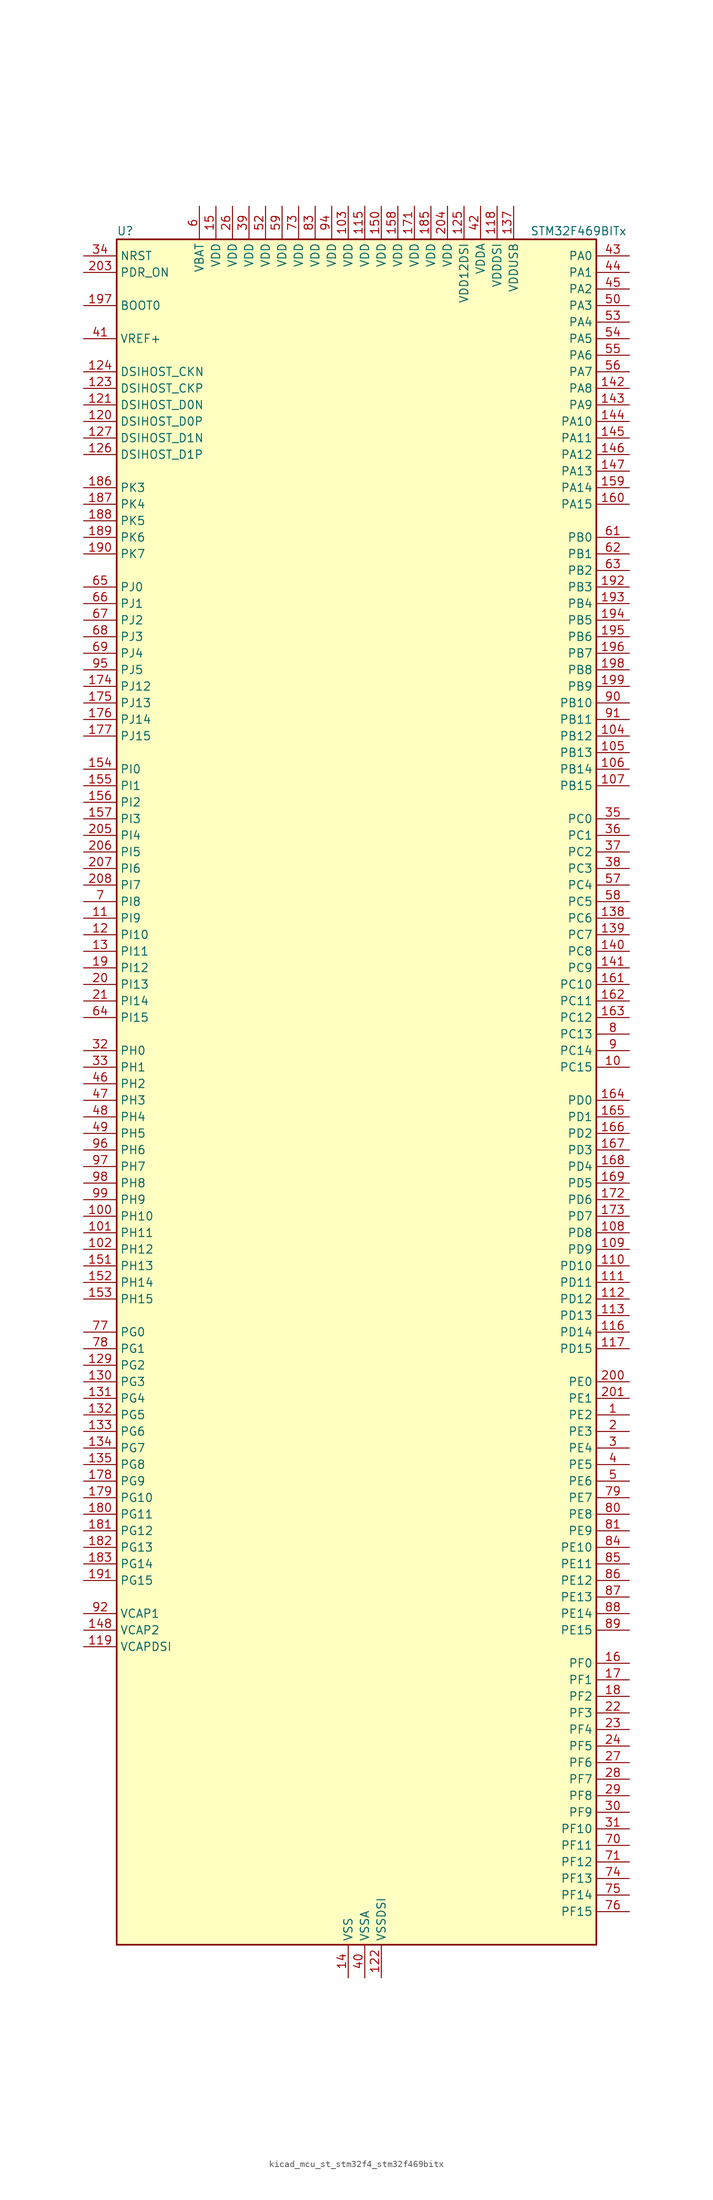
<source format=kicad_sym>
(kicad_symbol_lib
  (version 20220914)
  (generator kicad_symbol_editor)
  (symbol "kicad_mcu_st_stm32f4_stm32f469bitx"
    (property "Reference" "U"
      (at -35.56 133.35 0)
      (effects (font (size 1.27 1.27)) (justify left)))
    (property "Value" "STM32F469BITx"
      (at 27.94 133.35 0)
      (effects (font (size 1.27 1.27)) (justify left)))
    (property "ki_locked" ""
      (at 0 0 0)
      (effects (font (size 1.27 1.27))))
    (symbol "kicad_mcu_st_stm32f4_stm32f469bitx_0_1"
      (rectangle (start -35.56 -129.54) (end 38.1 132.08) (stroke (width 0.254) (type default)) (fill (type background))))
    (symbol "kicad_mcu_st_stm32f4_stm32f469bitx_1_1"
      (pin bidirectional line (at 43.18 -48.26 180) (length 5.08) (name "PE2" (effects (font (size 1.27 1.27)))) (number "1" (effects (font (size 1.27 1.27)))) (alternate "ETH_TXD3" bidirectional line) (alternate "FMC_A23" bidirectional line) (alternate "QUADSPI_BK1_IO2" bidirectional line) (alternate "SAI1_MCLK_A" bidirectional line) (alternate "SPI4_SCK" bidirectional line) (alternate "SYS_TRACECLK" bidirectional line))
      (pin bidirectional line (at 43.18 5.08 180) (length 5.08) (name "PC15" (effects (font (size 1.27 1.27)))) (number "10" (effects (font (size 1.27 1.27)))) (alternate "ADC1_EXTI15" bidirectional line) (alternate "ADC2_EXTI15" bidirectional line) (alternate "ADC3_EXTI15" bidirectional line) (alternate "RCC_OSC32_OUT" bidirectional line))
      (pin bidirectional line (at -40.64 -17.78 0) (length 5.08) (name "PH10" (effects (font (size 1.27 1.27)))) (number "100" (effects (font (size 1.27 1.27)))) (alternate "DCMI_D1" bidirectional line) (alternate "FMC_D18" bidirectional line) (alternate "LTDC_R4" bidirectional line) (alternate "TIM5_CH1" bidirectional line))
      (pin bidirectional line (at -40.64 -20.32 0) (length 5.08) (name "PH11" (effects (font (size 1.27 1.27)))) (number "101" (effects (font (size 1.27 1.27)))) (alternate "ADC1_EXTI11" bidirectional line) (alternate "ADC2_EXTI11" bidirectional line) (alternate "ADC3_EXTI11" bidirectional line) (alternate "DCMI_D2" bidirectional line) (alternate "FMC_D19" bidirectional line) (alternate "LTDC_R5" bidirectional line) (alternate "TIM5_CH2" bidirectional line))
      (pin bidirectional line (at -40.64 -22.86 0) (length 5.08) (name "PH12" (effects (font (size 1.27 1.27)))) (number "102" (effects (font (size 1.27 1.27)))) (alternate "DCMI_D3" bidirectional line) (alternate "FMC_D20" bidirectional line) (alternate "LTDC_R6" bidirectional line) (alternate "TIM5_CH3" bidirectional line))
      (pin power_in line (at 0 137.16 270) (length 5.08) (name "VDD" (effects (font (size 1.27 1.27)))) (number "103" (effects (font (size 1.27 1.27)))))
      (pin bidirectional line (at 43.18 55.88 180) (length 5.08) (name "PB12" (effects (font (size 1.27 1.27)))) (number "104" (effects (font (size 1.27 1.27)))) (alternate "CAN2_RX" bidirectional line) (alternate "ETH_TXD0" bidirectional line) (alternate "I2C2_SMBA" bidirectional line) (alternate "I2S2_WS" bidirectional line) (alternate "SPI2_NSS" bidirectional line) (alternate "TIM1_BKIN" bidirectional line) (alternate "USART3_CK" bidirectional line) (alternate "USB_OTG_HS_ID" bidirectional line) (alternate "USB_OTG_HS_ULPI_D5" bidirectional line))
      (pin bidirectional line (at 43.18 53.34 180) (length 5.08) (name "PB13" (effects (font (size 1.27 1.27)))) (number "105" (effects (font (size 1.27 1.27)))) (alternate "CAN2_TX" bidirectional line) (alternate "ETH_TXD1" bidirectional line) (alternate "I2S2_CK" bidirectional line) (alternate "SPI2_SCK" bidirectional line) (alternate "TIM1_CH1N" bidirectional line) (alternate "USART3_CTS" bidirectional line) (alternate "USB_OTG_HS_ULPI_D6" bidirectional line) (alternate "USB_OTG_HS_VBUS" bidirectional line))
      (pin bidirectional line (at 43.18 50.8 180) (length 5.08) (name "PB14" (effects (font (size 1.27 1.27)))) (number "106" (effects (font (size 1.27 1.27)))) (alternate "I2S2_ext_SD" bidirectional line) (alternate "SPI2_MISO" bidirectional line) (alternate "TIM12_CH1" bidirectional line) (alternate "TIM1_CH2N" bidirectional line) (alternate "TIM8_CH2N" bidirectional line) (alternate "USART3_RTS" bidirectional line) (alternate "USB_OTG_HS_DM" bidirectional line))
      (pin bidirectional line (at 43.18 48.26 180) (length 5.08) (name "PB15" (effects (font (size 1.27 1.27)))) (number "107" (effects (font (size 1.27 1.27)))) (alternate "ADC1_EXTI15" bidirectional line) (alternate "ADC2_EXTI15" bidirectional line) (alternate "ADC3_EXTI15" bidirectional line) (alternate "I2S2_SD" bidirectional line) (alternate "RTC_REFIN" bidirectional line) (alternate "SPI2_MOSI" bidirectional line) (alternate "TIM12_CH2" bidirectional line) (alternate "TIM1_CH3N" bidirectional line) (alternate "TIM8_CH3N" bidirectional line) (alternate "USB_OTG_HS_DP" bidirectional line))
      (pin bidirectional line (at 43.18 -20.32 180) (length 5.08) (name "PD8" (effects (font (size 1.27 1.27)))) (number "108" (effects (font (size 1.27 1.27)))) (alternate "FMC_D13" bidirectional line) (alternate "FMC_DA13" bidirectional line) (alternate "USART3_TX" bidirectional line))
      (pin bidirectional line (at 43.18 -22.86 180) (length 5.08) (name "PD9" (effects (font (size 1.27 1.27)))) (number "109" (effects (font (size 1.27 1.27)))) (alternate "DAC_EXTI9" bidirectional line) (alternate "FMC_D14" bidirectional line) (alternate "FMC_DA14" bidirectional line) (alternate "USART3_RX" bidirectional line))
      (pin bidirectional line (at -40.64 27.94 0) (length 5.08) (name "PI9" (effects (font (size 1.27 1.27)))) (number "11" (effects (font (size 1.27 1.27)))) (alternate "CAN1_RX" bidirectional line) (alternate "DAC_EXTI9" bidirectional line) (alternate "FMC_D30" bidirectional line) (alternate "LTDC_VSYNC" bidirectional line))
      (pin bidirectional line (at 43.18 -25.4 180) (length 5.08) (name "PD10" (effects (font (size 1.27 1.27)))) (number "110" (effects (font (size 1.27 1.27)))) (alternate "FMC_D15" bidirectional line) (alternate "FMC_DA15" bidirectional line) (alternate "LTDC_B3" bidirectional line) (alternate "USART3_CK" bidirectional line))
      (pin bidirectional line (at 43.18 -27.94 180) (length 5.08) (name "PD11" (effects (font (size 1.27 1.27)))) (number "111" (effects (font (size 1.27 1.27)))) (alternate "ADC1_EXTI11" bidirectional line) (alternate "ADC2_EXTI11" bidirectional line) (alternate "ADC3_EXTI11" bidirectional line) (alternate "FMC_A16" bidirectional line) (alternate "FMC_CLE" bidirectional line) (alternate "QUADSPI_BK1_IO0" bidirectional line) (alternate "USART3_CTS" bidirectional line))
      (pin bidirectional line (at 43.18 -30.48 180) (length 5.08) (name "PD12" (effects (font (size 1.27 1.27)))) (number "112" (effects (font (size 1.27 1.27)))) (alternate "FMC_A17" bidirectional line) (alternate "FMC_ALE" bidirectional line) (alternate "QUADSPI_BK1_IO1" bidirectional line) (alternate "TIM4_CH1" bidirectional line) (alternate "USART3_RTS" bidirectional line))
      (pin bidirectional line (at 43.18 -33.02 180) (length 5.08) (name "PD13" (effects (font (size 1.27 1.27)))) (number "113" (effects (font (size 1.27 1.27)))) (alternate "FMC_A18" bidirectional line) (alternate "QUADSPI_BK1_IO3" bidirectional line) (alternate "TIM4_CH2" bidirectional line))
      (pin passive line (at 0 -134.62 90) (length 5.08) hide (name "VSS" (effects (font (size 1.27 1.27)))) (number "114" (effects (font (size 1.27 1.27)))))
      (pin power_in line (at 2.54 137.16 270) (length 5.08) (name "VDD" (effects (font (size 1.27 1.27)))) (number "115" (effects (font (size 1.27 1.27)))))
      (pin bidirectional line (at 43.18 -35.56 180) (length 5.08) (name "PD14" (effects (font (size 1.27 1.27)))) (number "116" (effects (font (size 1.27 1.27)))) (alternate "FMC_D0" bidirectional line) (alternate "FMC_DA0" bidirectional line) (alternate "TIM4_CH3" bidirectional line))
      (pin bidirectional line (at 43.18 -38.1 180) (length 5.08) (name "PD15" (effects (font (size 1.27 1.27)))) (number "117" (effects (font (size 1.27 1.27)))) (alternate "ADC1_EXTI15" bidirectional line) (alternate "ADC2_EXTI15" bidirectional line) (alternate "ADC3_EXTI15" bidirectional line) (alternate "FMC_D1" bidirectional line) (alternate "FMC_DA1" bidirectional line) (alternate "TIM4_CH4" bidirectional line))
      (pin power_in line (at 22.86 137.16 270) (length 5.08) (name "VDDDSI" (effects (font (size 1.27 1.27)))) (number "118" (effects (font (size 1.27 1.27)))))
      (pin power_out line (at -40.64 -83.82 0) (length 5.08) (name "VCAPDSI" (effects (font (size 1.27 1.27)))) (number "119" (effects (font (size 1.27 1.27)))))
      (pin bidirectional line (at -40.64 25.4 0) (length 5.08) (name "PI10" (effects (font (size 1.27 1.27)))) (number "12" (effects (font (size 1.27 1.27)))) (alternate "ETH_RX_ER" bidirectional line) (alternate "FMC_D31" bidirectional line) (alternate "LTDC_HSYNC" bidirectional line))
      (pin bidirectional line (at -40.64 104.14 0) (length 5.08) (name "DSIHOST_D0P" (effects (font (size 1.27 1.27)))) (number "120" (effects (font (size 1.27 1.27)))) (alternate "DSIHOST_D0P" bidirectional line))
      (pin bidirectional line (at -40.64 106.68 0) (length 5.08) (name "DSIHOST_D0N" (effects (font (size 1.27 1.27)))) (number "121" (effects (font (size 1.27 1.27)))) (alternate "DSIHOST_D0N" bidirectional line))
      (pin power_in line (at 5.08 -134.62 90) (length 5.08) (name "VSSDSI" (effects (font (size 1.27 1.27)))) (number "122" (effects (font (size 1.27 1.27)))))
      (pin bidirectional line (at -40.64 109.22 0) (length 5.08) (name "DSIHOST_CKP" (effects (font (size 1.27 1.27)))) (number "123" (effects (font (size 1.27 1.27)))) (alternate "DSIHOST_CKP" bidirectional line))
      (pin bidirectional line (at -40.64 111.76 0) (length 5.08) (name "DSIHOST_CKN" (effects (font (size 1.27 1.27)))) (number "124" (effects (font (size 1.27 1.27)))) (alternate "DSIHOST_CKN" bidirectional line))
      (pin power_in line (at 17.78 137.16 270) (length 5.08) (name "VDD12DSI" (effects (font (size 1.27 1.27)))) (number "125" (effects (font (size 1.27 1.27)))))
      (pin bidirectional line (at -40.64 99.06 0) (length 5.08) (name "DSIHOST_D1P" (effects (font (size 1.27 1.27)))) (number "126" (effects (font (size 1.27 1.27)))) (alternate "DSIHOST_D1P" bidirectional line))
      (pin bidirectional line (at -40.64 101.6 0) (length 5.08) (name "DSIHOST_D1N" (effects (font (size 1.27 1.27)))) (number "127" (effects (font (size 1.27 1.27)))) (alternate "DSIHOST_D1N" bidirectional line))
      (pin passive line (at 5.08 -134.62 90) (length 5.08) hide (name "VSSDSI" (effects (font (size 1.27 1.27)))) (number "128" (effects (font (size 1.27 1.27)))))
      (pin bidirectional line (at -40.64 -40.64 0) (length 5.08) (name "PG2" (effects (font (size 1.27 1.27)))) (number "129" (effects (font (size 1.27 1.27)))) (alternate "FMC_A12" bidirectional line))
      (pin bidirectional line (at -40.64 22.86 0) (length 5.08) (name "PI11" (effects (font (size 1.27 1.27)))) (number "13" (effects (font (size 1.27 1.27)))) (alternate "ADC1_EXTI11" bidirectional line) (alternate "ADC2_EXTI11" bidirectional line) (alternate "ADC3_EXTI11" bidirectional line) (alternate "LTDC_G6" bidirectional line) (alternate "USB_OTG_HS_ULPI_DIR" bidirectional line))
      (pin bidirectional line (at -40.64 -43.18 0) (length 5.08) (name "PG3" (effects (font (size 1.27 1.27)))) (number "130" (effects (font (size 1.27 1.27)))) (alternate "FMC_A13" bidirectional line))
      (pin bidirectional line (at -40.64 -45.72 0) (length 5.08) (name "PG4" (effects (font (size 1.27 1.27)))) (number "131" (effects (font (size 1.27 1.27)))) (alternate "FMC_A14" bidirectional line) (alternate "FMC_BA0" bidirectional line))
      (pin bidirectional line (at -40.64 -48.26 0) (length 5.08) (name "PG5" (effects (font (size 1.27 1.27)))) (number "132" (effects (font (size 1.27 1.27)))) (alternate "FMC_A15" bidirectional line) (alternate "FMC_BA1" bidirectional line))
      (pin bidirectional line (at -40.64 -50.8 0) (length 5.08) (name "PG6" (effects (font (size 1.27 1.27)))) (number "133" (effects (font (size 1.27 1.27)))) (alternate "DCMI_D12" bidirectional line) (alternate "LTDC_R7" bidirectional line))
      (pin bidirectional line (at -40.64 -53.34 0) (length 5.08) (name "PG7" (effects (font (size 1.27 1.27)))) (number "134" (effects (font (size 1.27 1.27)))) (alternate "DCMI_D13" bidirectional line) (alternate "FMC_INT" bidirectional line) (alternate "LTDC_CLK" bidirectional line) (alternate "SAI1_MCLK_A" bidirectional line) (alternate "USART6_CK" bidirectional line))
      (pin bidirectional line (at -40.64 -55.88 0) (length 5.08) (name "PG8" (effects (font (size 1.27 1.27)))) (number "135" (effects (font (size 1.27 1.27)))) (alternate "ETH_PPS_OUT" bidirectional line) (alternate "FMC_SDCLK" bidirectional line) (alternate "LTDC_G7" bidirectional line) (alternate "SPI6_NSS" bidirectional line) (alternate "USART6_RTS" bidirectional line))
      (pin passive line (at 0 -134.62 90) (length 5.08) hide (name "VSS" (effects (font (size 1.27 1.27)))) (number "136" (effects (font (size 1.27 1.27)))))
      (pin power_in line (at 25.4 137.16 270) (length 5.08) (name "VDDUSB" (effects (font (size 1.27 1.27)))) (number "137" (effects (font (size 1.27 1.27)))))
      (pin bidirectional line (at 43.18 27.94 180) (length 5.08) (name "PC6" (effects (font (size 1.27 1.27)))) (number "138" (effects (font (size 1.27 1.27)))) (alternate "DCMI_D0" bidirectional line) (alternate "I2S2_MCK" bidirectional line) (alternate "LTDC_HSYNC" bidirectional line) (alternate "SDIO_D6" bidirectional line) (alternate "TIM3_CH1" bidirectional line) (alternate "TIM8_CH1" bidirectional line) (alternate "USART6_TX" bidirectional line))
      (pin bidirectional line (at 43.18 25.4 180) (length 5.08) (name "PC7" (effects (font (size 1.27 1.27)))) (number "139" (effects (font (size 1.27 1.27)))) (alternate "DCMI_D1" bidirectional line) (alternate "I2S3_MCK" bidirectional line) (alternate "LTDC_G6" bidirectional line) (alternate "SDIO_D7" bidirectional line) (alternate "TIM3_CH2" bidirectional line) (alternate "TIM8_CH2" bidirectional line) (alternate "USART6_RX" bidirectional line))
      (pin power_in line (at 0 -134.62 90) (length 5.08) (name "VSS" (effects (font (size 1.27 1.27)))) (number "14" (effects (font (size 1.27 1.27)))))
      (pin bidirectional line (at 43.18 22.86 180) (length 5.08) (name "PC8" (effects (font (size 1.27 1.27)))) (number "140" (effects (font (size 1.27 1.27)))) (alternate "DCMI_D2" bidirectional line) (alternate "SDIO_D0" bidirectional line) (alternate "SYS_TRACED1" bidirectional line) (alternate "TIM3_CH3" bidirectional line) (alternate "TIM8_CH3" bidirectional line) (alternate "USART6_CK" bidirectional line))
      (pin bidirectional line (at 43.18 20.32 180) (length 5.08) (name "PC9" (effects (font (size 1.27 1.27)))) (number "141" (effects (font (size 1.27 1.27)))) (alternate "DAC_EXTI9" bidirectional line) (alternate "DCMI_D3" bidirectional line) (alternate "I2C3_SDA" bidirectional line) (alternate "I2S_CKIN" bidirectional line) (alternate "QUADSPI_BK1_IO0" bidirectional line) (alternate "RCC_MCO_2" bidirectional line) (alternate "SDIO_D1" bidirectional line) (alternate "TIM3_CH4" bidirectional line) (alternate "TIM8_CH4" bidirectional line))
      (pin bidirectional line (at 43.18 109.22 180) (length 5.08) (name "PA8" (effects (font (size 1.27 1.27)))) (number "142" (effects (font (size 1.27 1.27)))) (alternate "I2C3_SCL" bidirectional line) (alternate "LTDC_R6" bidirectional line) (alternate "RCC_MCO_1" bidirectional line) (alternate "TIM1_CH1" bidirectional line) (alternate "USART1_CK" bidirectional line) (alternate "USB_OTG_FS_SOF" bidirectional line))
      (pin bidirectional line (at 43.18 106.68 180) (length 5.08) (name "PA9" (effects (font (size 1.27 1.27)))) (number "143" (effects (font (size 1.27 1.27)))) (alternate "DAC_EXTI9" bidirectional line) (alternate "DCMI_D0" bidirectional line) (alternate "I2C3_SMBA" bidirectional line) (alternate "I2S2_CK" bidirectional line) (alternate "SPI2_SCK" bidirectional line) (alternate "TIM1_CH2" bidirectional line) (alternate "USART1_TX" bidirectional line) (alternate "USB_OTG_FS_VBUS" bidirectional line))
      (pin bidirectional line (at 43.18 104.14 180) (length 5.08) (name "PA10" (effects (font (size 1.27 1.27)))) (number "144" (effects (font (size 1.27 1.27)))) (alternate "DCMI_D1" bidirectional line) (alternate "TIM1_CH3" bidirectional line) (alternate "USART1_RX" bidirectional line) (alternate "USB_OTG_FS_ID" bidirectional line))
      (pin bidirectional line (at 43.18 101.6 180) (length 5.08) (name "PA11" (effects (font (size 1.27 1.27)))) (number "145" (effects (font (size 1.27 1.27)))) (alternate "ADC1_EXTI11" bidirectional line) (alternate "ADC2_EXTI11" bidirectional line) (alternate "ADC3_EXTI11" bidirectional line) (alternate "CAN1_RX" bidirectional line) (alternate "LTDC_R4" bidirectional line) (alternate "TIM1_CH4" bidirectional line) (alternate "USART1_CTS" bidirectional line) (alternate "USB_OTG_FS_DM" bidirectional line))
      (pin bidirectional line (at 43.18 99.06 180) (length 5.08) (name "PA12" (effects (font (size 1.27 1.27)))) (number "146" (effects (font (size 1.27 1.27)))) (alternate "CAN1_TX" bidirectional line) (alternate "LTDC_R5" bidirectional line) (alternate "TIM1_ETR" bidirectional line) (alternate "USART1_RTS" bidirectional line) (alternate "USB_OTG_FS_DP" bidirectional line))
      (pin bidirectional line (at 43.18 96.52 180) (length 5.08) (name "PA13" (effects (font (size 1.27 1.27)))) (number "147" (effects (font (size 1.27 1.27)))) (alternate "SYS_JTMS-SWDIO" bidirectional line))
      (pin power_out line (at -40.64 -81.28 0) (length 5.08) (name "VCAP2" (effects (font (size 1.27 1.27)))) (number "148" (effects (font (size 1.27 1.27)))))
      (pin passive line (at 0 -134.62 90) (length 5.08) hide (name "VSS" (effects (font (size 1.27 1.27)))) (number "149" (effects (font (size 1.27 1.27)))))
      (pin power_in line (at -20.32 137.16 270) (length 5.08) (name "VDD" (effects (font (size 1.27 1.27)))) (number "15" (effects (font (size 1.27 1.27)))))
      (pin power_in line (at 5.08 137.16 270) (length 5.08) (name "VDD" (effects (font (size 1.27 1.27)))) (number "150" (effects (font (size 1.27 1.27)))))
      (pin bidirectional line (at -40.64 -25.4 0) (length 5.08) (name "PH13" (effects (font (size 1.27 1.27)))) (number "151" (effects (font (size 1.27 1.27)))) (alternate "CAN1_TX" bidirectional line) (alternate "FMC_D21" bidirectional line) (alternate "LTDC_G2" bidirectional line) (alternate "TIM8_CH1N" bidirectional line))
      (pin bidirectional line (at -40.64 -27.94 0) (length 5.08) (name "PH14" (effects (font (size 1.27 1.27)))) (number "152" (effects (font (size 1.27 1.27)))) (alternate "DCMI_D4" bidirectional line) (alternate "FMC_D22" bidirectional line) (alternate "LTDC_G3" bidirectional line) (alternate "TIM8_CH2N" bidirectional line))
      (pin bidirectional line (at -40.64 -30.48 0) (length 5.08) (name "PH15" (effects (font (size 1.27 1.27)))) (number "153" (effects (font (size 1.27 1.27)))) (alternate "ADC1_EXTI15" bidirectional line) (alternate "ADC2_EXTI15" bidirectional line) (alternate "ADC3_EXTI15" bidirectional line) (alternate "DCMI_D11" bidirectional line) (alternate "FMC_D23" bidirectional line) (alternate "LTDC_G4" bidirectional line) (alternate "TIM8_CH3N" bidirectional line))
      (pin bidirectional line (at -40.64 50.8 0) (length 5.08) (name "PI0" (effects (font (size 1.27 1.27)))) (number "154" (effects (font (size 1.27 1.27)))) (alternate "DCMI_D13" bidirectional line) (alternate "FMC_D24" bidirectional line) (alternate "I2S2_WS" bidirectional line) (alternate "LTDC_G5" bidirectional line) (alternate "SPI2_NSS" bidirectional line) (alternate "TIM5_CH4" bidirectional line))
      (pin bidirectional line (at -40.64 48.26 0) (length 5.08) (name "PI1" (effects (font (size 1.27 1.27)))) (number "155" (effects (font (size 1.27 1.27)))) (alternate "DCMI_D8" bidirectional line) (alternate "FMC_D25" bidirectional line) (alternate "I2S2_CK" bidirectional line) (alternate "LTDC_G6" bidirectional line) (alternate "SPI2_SCK" bidirectional line))
      (pin bidirectional line (at -40.64 45.72 0) (length 5.08) (name "PI2" (effects (font (size 1.27 1.27)))) (number "156" (effects (font (size 1.27 1.27)))) (alternate "DCMI_D9" bidirectional line) (alternate "FMC_D26" bidirectional line) (alternate "I2S2_ext_SD" bidirectional line) (alternate "LTDC_G7" bidirectional line) (alternate "SPI2_MISO" bidirectional line) (alternate "TIM8_CH4" bidirectional line))
      (pin bidirectional line (at -40.64 43.18 0) (length 5.08) (name "PI3" (effects (font (size 1.27 1.27)))) (number "157" (effects (font (size 1.27 1.27)))) (alternate "DCMI_D10" bidirectional line) (alternate "FMC_D27" bidirectional line) (alternate "I2S2_SD" bidirectional line) (alternate "SPI2_MOSI" bidirectional line) (alternate "TIM8_ETR" bidirectional line))
      (pin power_in line (at 7.62 137.16 270) (length 5.08) (name "VDD" (effects (font (size 1.27 1.27)))) (number "158" (effects (font (size 1.27 1.27)))))
      (pin bidirectional line (at 43.18 93.98 180) (length 5.08) (name "PA14" (effects (font (size 1.27 1.27)))) (number "159" (effects (font (size 1.27 1.27)))) (alternate "SYS_JTCK-SWCLK" bidirectional line))
      (pin bidirectional line (at 43.18 -86.36 180) (length 5.08) (name "PF0" (effects (font (size 1.27 1.27)))) (number "16" (effects (font (size 1.27 1.27)))) (alternate "FMC_A0" bidirectional line) (alternate "I2C2_SDA" bidirectional line))
      (pin bidirectional line (at 43.18 91.44 180) (length 5.08) (name "PA15" (effects (font (size 1.27 1.27)))) (number "160" (effects (font (size 1.27 1.27)))) (alternate "ADC1_EXTI15" bidirectional line) (alternate "ADC2_EXTI15" bidirectional line) (alternate "ADC3_EXTI15" bidirectional line) (alternate "I2S3_WS" bidirectional line) (alternate "SPI1_NSS" bidirectional line) (alternate "SPI3_NSS" bidirectional line) (alternate "SYS_JTDI" bidirectional line) (alternate "TIM2_CH1" bidirectional line) (alternate "TIM2_ETR" bidirectional line))
      (pin bidirectional line (at 43.18 17.78 180) (length 5.08) (name "PC10" (effects (font (size 1.27 1.27)))) (number "161" (effects (font (size 1.27 1.27)))) (alternate "DCMI_D8" bidirectional line) (alternate "I2S3_CK" bidirectional line) (alternate "LTDC_R2" bidirectional line) (alternate "QUADSPI_BK1_IO1" bidirectional line) (alternate "SDIO_D2" bidirectional line) (alternate "SPI3_SCK" bidirectional line) (alternate "UART4_TX" bidirectional line) (alternate "USART3_TX" bidirectional line))
      (pin bidirectional line (at 43.18 15.24 180) (length 5.08) (name "PC11" (effects (font (size 1.27 1.27)))) (number "162" (effects (font (size 1.27 1.27)))) (alternate "ADC1_EXTI11" bidirectional line) (alternate "ADC2_EXTI11" bidirectional line) (alternate "ADC3_EXTI11" bidirectional line) (alternate "DCMI_D4" bidirectional line) (alternate "I2S3_ext_SD" bidirectional line) (alternate "QUADSPI_BK2_NCS" bidirectional line) (alternate "SDIO_D3" bidirectional line) (alternate "SPI3_MISO" bidirectional line) (alternate "UART4_RX" bidirectional line) (alternate "USART3_RX" bidirectional line))
      (pin bidirectional line (at 43.18 12.7 180) (length 5.08) (name "PC12" (effects (font (size 1.27 1.27)))) (number "163" (effects (font (size 1.27 1.27)))) (alternate "DCMI_D9" bidirectional line) (alternate "I2S3_SD" bidirectional line) (alternate "SDIO_CK" bidirectional line) (alternate "SPI3_MOSI" bidirectional line) (alternate "SYS_TRACED3" bidirectional line) (alternate "UART5_TX" bidirectional line) (alternate "USART3_CK" bidirectional line))
      (pin bidirectional line (at 43.18 0 180) (length 5.08) (name "PD0" (effects (font (size 1.27 1.27)))) (number "164" (effects (font (size 1.27 1.27)))) (alternate "CAN1_RX" bidirectional line) (alternate "FMC_D2" bidirectional line) (alternate "FMC_DA2" bidirectional line))
      (pin bidirectional line (at 43.18 -2.54 180) (length 5.08) (name "PD1" (effects (font (size 1.27 1.27)))) (number "165" (effects (font (size 1.27 1.27)))) (alternate "CAN1_TX" bidirectional line) (alternate "FMC_D3" bidirectional line) (alternate "FMC_DA3" bidirectional line))
      (pin bidirectional line (at 43.18 -5.08 180) (length 5.08) (name "PD2" (effects (font (size 1.27 1.27)))) (number "166" (effects (font (size 1.27 1.27)))) (alternate "DCMI_D11" bidirectional line) (alternate "SDIO_CMD" bidirectional line) (alternate "SYS_TRACED2" bidirectional line) (alternate "TIM3_ETR" bidirectional line) (alternate "UART5_RX" bidirectional line))
      (pin bidirectional line (at 43.18 -7.62 180) (length 5.08) (name "PD3" (effects (font (size 1.27 1.27)))) (number "167" (effects (font (size 1.27 1.27)))) (alternate "DCMI_D5" bidirectional line) (alternate "FMC_CLK" bidirectional line) (alternate "I2S2_CK" bidirectional line) (alternate "LTDC_G7" bidirectional line) (alternate "SPI2_SCK" bidirectional line) (alternate "USART2_CTS" bidirectional line))
      (pin bidirectional line (at 43.18 -10.16 180) (length 5.08) (name "PD4" (effects (font (size 1.27 1.27)))) (number "168" (effects (font (size 1.27 1.27)))) (alternate "FMC_NOE" bidirectional line) (alternate "USART2_RTS" bidirectional line))
      (pin bidirectional line (at 43.18 -12.7 180) (length 5.08) (name "PD5" (effects (font (size 1.27 1.27)))) (number "169" (effects (font (size 1.27 1.27)))) (alternate "FMC_NWE" bidirectional line) (alternate "USART2_TX" bidirectional line))
      (pin bidirectional line (at 43.18 -88.9 180) (length 5.08) (name "PF1" (effects (font (size 1.27 1.27)))) (number "17" (effects (font (size 1.27 1.27)))) (alternate "FMC_A1" bidirectional line) (alternate "I2C2_SCL" bidirectional line))
      (pin passive line (at 0 -134.62 90) (length 5.08) hide (name "VSS" (effects (font (size 1.27 1.27)))) (number "170" (effects (font (size 1.27 1.27)))))
      (pin power_in line (at 10.16 137.16 270) (length 5.08) (name "VDD" (effects (font (size 1.27 1.27)))) (number "171" (effects (font (size 1.27 1.27)))))
      (pin bidirectional line (at 43.18 -15.24 180) (length 5.08) (name "PD6" (effects (font (size 1.27 1.27)))) (number "172" (effects (font (size 1.27 1.27)))) (alternate "DCMI_D10" bidirectional line) (alternate "FMC_NWAIT" bidirectional line) (alternate "I2S3_SD" bidirectional line) (alternate "LTDC_B2" bidirectional line) (alternate "SAI1_SD_A" bidirectional line) (alternate "SPI3_MOSI" bidirectional line) (alternate "USART2_RX" bidirectional line))
      (pin bidirectional line (at 43.18 -17.78 180) (length 5.08) (name "PD7" (effects (font (size 1.27 1.27)))) (number "173" (effects (font (size 1.27 1.27)))) (alternate "FMC_NE1" bidirectional line) (alternate "USART2_CK" bidirectional line))
      (pin bidirectional line (at -40.64 63.5 0) (length 5.08) (name "PJ12" (effects (font (size 1.27 1.27)))) (number "174" (effects (font (size 1.27 1.27)))) (alternate "LTDC_B0" bidirectional line) (alternate "LTDC_G3" bidirectional line))
      (pin bidirectional line (at -40.64 60.96 0) (length 5.08) (name "PJ13" (effects (font (size 1.27 1.27)))) (number "175" (effects (font (size 1.27 1.27)))) (alternate "LTDC_B1" bidirectional line) (alternate "LTDC_G4" bidirectional line))
      (pin bidirectional line (at -40.64 58.42 0) (length 5.08) (name "PJ14" (effects (font (size 1.27 1.27)))) (number "176" (effects (font (size 1.27 1.27)))) (alternate "LTDC_B2" bidirectional line))
      (pin bidirectional line (at -40.64 55.88 0) (length 5.08) (name "PJ15" (effects (font (size 1.27 1.27)))) (number "177" (effects (font (size 1.27 1.27)))) (alternate "ADC1_EXTI15" bidirectional line) (alternate "ADC2_EXTI15" bidirectional line) (alternate "ADC3_EXTI15" bidirectional line) (alternate "LTDC_B3" bidirectional line))
      (pin bidirectional line (at -40.64 -58.42 0) (length 5.08) (name "PG9" (effects (font (size 1.27 1.27)))) (number "178" (effects (font (size 1.27 1.27)))) (alternate "DAC_EXTI9" bidirectional line) (alternate "DCMI_VSYNC" bidirectional line) (alternate "FMC_NCE" bidirectional line) (alternate "FMC_NE2" bidirectional line) (alternate "QUADSPI_BK2_IO2" bidirectional line) (alternate "USART6_RX" bidirectional line))
      (pin bidirectional line (at -40.64 -60.96 0) (length 5.08) (name "PG10" (effects (font (size 1.27 1.27)))) (number "179" (effects (font (size 1.27 1.27)))) (alternate "DCMI_D2" bidirectional line) (alternate "FMC_NE3" bidirectional line) (alternate "LTDC_B2" bidirectional line) (alternate "LTDC_G3" bidirectional line))
      (pin bidirectional line (at 43.18 -91.44 180) (length 5.08) (name "PF2" (effects (font (size 1.27 1.27)))) (number "18" (effects (font (size 1.27 1.27)))) (alternate "FMC_A2" bidirectional line) (alternate "I2C2_SMBA" bidirectional line))
      (pin bidirectional line (at -40.64 -63.5 0) (length 5.08) (name "PG11" (effects (font (size 1.27 1.27)))) (number "180" (effects (font (size 1.27 1.27)))) (alternate "ADC1_EXTI11" bidirectional line) (alternate "ADC2_EXTI11" bidirectional line) (alternate "ADC3_EXTI11" bidirectional line) (alternate "DCMI_D3" bidirectional line) (alternate "ETH_TX_EN" bidirectional line) (alternate "LTDC_B3" bidirectional line))
      (pin bidirectional line (at -40.64 -66.04 0) (length 5.08) (name "PG12" (effects (font (size 1.27 1.27)))) (number "181" (effects (font (size 1.27 1.27)))) (alternate "FMC_NE4" bidirectional line) (alternate "LTDC_B1" bidirectional line) (alternate "LTDC_B4" bidirectional line) (alternate "SPI6_MISO" bidirectional line) (alternate "USART6_RTS" bidirectional line))
      (pin bidirectional line (at -40.64 -68.58 0) (length 5.08) (name "PG13" (effects (font (size 1.27 1.27)))) (number "182" (effects (font (size 1.27 1.27)))) (alternate "ETH_TXD0" bidirectional line) (alternate "FMC_A24" bidirectional line) (alternate "LTDC_R0" bidirectional line) (alternate "SPI6_SCK" bidirectional line) (alternate "SYS_TRACED0" bidirectional line) (alternate "USART6_CTS" bidirectional line))
      (pin bidirectional line (at -40.64 -71.12 0) (length 5.08) (name "PG14" (effects (font (size 1.27 1.27)))) (number "183" (effects (font (size 1.27 1.27)))) (alternate "ETH_TXD1" bidirectional line) (alternate "FMC_A25" bidirectional line) (alternate "LTDC_B0" bidirectional line) (alternate "QUADSPI_BK2_IO3" bidirectional line) (alternate "SPI6_MOSI" bidirectional line) (alternate "SYS_TRACED1" bidirectional line) (alternate "USART6_TX" bidirectional line))
      (pin passive line (at 0 -134.62 90) (length 5.08) hide (name "VSS" (effects (font (size 1.27 1.27)))) (number "184" (effects (font (size 1.27 1.27)))))
      (pin power_in line (at 12.7 137.16 270) (length 5.08) (name "VDD" (effects (font (size 1.27 1.27)))) (number "185" (effects (font (size 1.27 1.27)))))
      (pin bidirectional line (at -40.64 93.98 0) (length 5.08) (name "PK3" (effects (font (size 1.27 1.27)))) (number "186" (effects (font (size 1.27 1.27)))) (alternate "LTDC_B4" bidirectional line))
      (pin bidirectional line (at -40.64 91.44 0) (length 5.08) (name "PK4" (effects (font (size 1.27 1.27)))) (number "187" (effects (font (size 1.27 1.27)))) (alternate "LTDC_B5" bidirectional line))
      (pin bidirectional line (at -40.64 88.9 0) (length 5.08) (name "PK5" (effects (font (size 1.27 1.27)))) (number "188" (effects (font (size 1.27 1.27)))) (alternate "LTDC_B6" bidirectional line))
      (pin bidirectional line (at -40.64 86.36 0) (length 5.08) (name "PK6" (effects (font (size 1.27 1.27)))) (number "189" (effects (font (size 1.27 1.27)))) (alternate "LTDC_B7" bidirectional line))
      (pin bidirectional line (at -40.64 20.32 0) (length 5.08) (name "PI12" (effects (font (size 1.27 1.27)))) (number "19" (effects (font (size 1.27 1.27)))) (alternate "LTDC_HSYNC" bidirectional line))
      (pin bidirectional line (at -40.64 83.82 0) (length 5.08) (name "PK7" (effects (font (size 1.27 1.27)))) (number "190" (effects (font (size 1.27 1.27)))) (alternate "LTDC_DE" bidirectional line))
      (pin bidirectional line (at -40.64 -73.66 0) (length 5.08) (name "PG15" (effects (font (size 1.27 1.27)))) (number "191" (effects (font (size 1.27 1.27)))) (alternate "ADC1_EXTI15" bidirectional line) (alternate "ADC2_EXTI15" bidirectional line) (alternate "ADC3_EXTI15" bidirectional line) (alternate "DCMI_D13" bidirectional line) (alternate "FMC_SDNCAS" bidirectional line) (alternate "USART6_CTS" bidirectional line))
      (pin bidirectional line (at 43.18 78.74 180) (length 5.08) (name "PB3" (effects (font (size 1.27 1.27)))) (number "192" (effects (font (size 1.27 1.27)))) (alternate "I2S3_CK" bidirectional line) (alternate "SPI1_SCK" bidirectional line) (alternate "SPI3_SCK" bidirectional line) (alternate "SYS_JTDO-SWO" bidirectional line) (alternate "TIM2_CH2" bidirectional line))
      (pin bidirectional line (at 43.18 76.2 180) (length 5.08) (name "PB4" (effects (font (size 1.27 1.27)))) (number "193" (effects (font (size 1.27 1.27)))) (alternate "I2S3_ext_SD" bidirectional line) (alternate "SPI1_MISO" bidirectional line) (alternate "SPI3_MISO" bidirectional line) (alternate "SYS_JTRST" bidirectional line) (alternate "TIM3_CH1" bidirectional line))
      (pin bidirectional line (at 43.18 73.66 180) (length 5.08) (name "PB5" (effects (font (size 1.27 1.27)))) (number "194" (effects (font (size 1.27 1.27)))) (alternate "CAN2_RX" bidirectional line) (alternate "DCMI_D10" bidirectional line) (alternate "ETH_PPS_OUT" bidirectional line) (alternate "FMC_SDCKE1" bidirectional line) (alternate "I2C1_SMBA" bidirectional line) (alternate "I2S3_SD" bidirectional line) (alternate "LTDC_G7" bidirectional line) (alternate "SPI1_MOSI" bidirectional line) (alternate "SPI3_MOSI" bidirectional line) (alternate "TIM3_CH2" bidirectional line) (alternate "USB_OTG_HS_ULPI_D7" bidirectional line))
      (pin bidirectional line (at 43.18 71.12 180) (length 5.08) (name "PB6" (effects (font (size 1.27 1.27)))) (number "195" (effects (font (size 1.27 1.27)))) (alternate "CAN2_TX" bidirectional line) (alternate "DCMI_D5" bidirectional line) (alternate "FMC_SDNE1" bidirectional line) (alternate "I2C1_SCL" bidirectional line) (alternate "QUADSPI_BK1_NCS" bidirectional line) (alternate "TIM4_CH1" bidirectional line) (alternate "USART1_TX" bidirectional line))
      (pin bidirectional line (at 43.18 68.58 180) (length 5.08) (name "PB7" (effects (font (size 1.27 1.27)))) (number "196" (effects (font (size 1.27 1.27)))) (alternate "DCMI_VSYNC" bidirectional line) (alternate "FMC_NL" bidirectional line) (alternate "I2C1_SDA" bidirectional line) (alternate "TIM4_CH2" bidirectional line) (alternate "USART1_RX" bidirectional line))
      (pin input line (at -40.64 121.92 0) (length 5.08) (name "BOOT0" (effects (font (size 1.27 1.27)))) (number "197" (effects (font (size 1.27 1.27)))))
      (pin bidirectional line (at 43.18 66.04 180) (length 5.08) (name "PB8" (effects (font (size 1.27 1.27)))) (number "198" (effects (font (size 1.27 1.27)))) (alternate "CAN1_RX" bidirectional line) (alternate "DCMI_D6" bidirectional line) (alternate "ETH_TXD3" bidirectional line) (alternate "I2C1_SCL" bidirectional line) (alternate "LTDC_B6" bidirectional line) (alternate "SDIO_D4" bidirectional line) (alternate "TIM10_CH1" bidirectional line) (alternate "TIM4_CH3" bidirectional line))
      (pin bidirectional line (at 43.18 63.5 180) (length 5.08) (name "PB9" (effects (font (size 1.27 1.27)))) (number "199" (effects (font (size 1.27 1.27)))) (alternate "CAN1_TX" bidirectional line) (alternate "DAC_EXTI9" bidirectional line) (alternate "DCMI_D7" bidirectional line) (alternate "I2C1_SDA" bidirectional line) (alternate "I2S2_WS" bidirectional line) (alternate "LTDC_B7" bidirectional line) (alternate "SDIO_D5" bidirectional line) (alternate "SPI2_NSS" bidirectional line) (alternate "TIM11_CH1" bidirectional line) (alternate "TIM4_CH4" bidirectional line))
      (pin bidirectional line (at 43.18 -50.8 180) (length 5.08) (name "PE3" (effects (font (size 1.27 1.27)))) (number "2" (effects (font (size 1.27 1.27)))) (alternate "FMC_A19" bidirectional line) (alternate "SAI1_SD_B" bidirectional line) (alternate "SYS_TRACED0" bidirectional line))
      (pin bidirectional line (at -40.64 17.78 0) (length 5.08) (name "PI13" (effects (font (size 1.27 1.27)))) (number "20" (effects (font (size 1.27 1.27)))) (alternate "LTDC_VSYNC" bidirectional line))
      (pin bidirectional line (at 43.18 -43.18 180) (length 5.08) (name "PE0" (effects (font (size 1.27 1.27)))) (number "200" (effects (font (size 1.27 1.27)))) (alternate "DCMI_D2" bidirectional line) (alternate "FMC_NBL0" bidirectional line) (alternate "TIM4_ETR" bidirectional line) (alternate "UART8_RX" bidirectional line))
      (pin bidirectional line (at 43.18 -45.72 180) (length 5.08) (name "PE1" (effects (font (size 1.27 1.27)))) (number "201" (effects (font (size 1.27 1.27)))) (alternate "DCMI_D3" bidirectional line) (alternate "FMC_NBL1" bidirectional line) (alternate "UART8_TX" bidirectional line))
      (pin passive line (at 0 -134.62 90) (length 5.08) hide (name "VSS" (effects (font (size 1.27 1.27)))) (number "202" (effects (font (size 1.27 1.27)))))
      (pin input line (at -40.64 127 0) (length 5.08) (name "PDR_ON" (effects (font (size 1.27 1.27)))) (number "203" (effects (font (size 1.27 1.27)))))
      (pin power_in line (at 15.24 137.16 270) (length 5.08) (name "VDD" (effects (font (size 1.27 1.27)))) (number "204" (effects (font (size 1.27 1.27)))))
      (pin bidirectional line (at -40.64 40.64 0) (length 5.08) (name "PI4" (effects (font (size 1.27 1.27)))) (number "205" (effects (font (size 1.27 1.27)))) (alternate "DCMI_D5" bidirectional line) (alternate "FMC_NBL2" bidirectional line) (alternate "LTDC_B4" bidirectional line) (alternate "TIM8_BKIN" bidirectional line))
      (pin bidirectional line (at -40.64 38.1 0) (length 5.08) (name "PI5" (effects (font (size 1.27 1.27)))) (number "206" (effects (font (size 1.27 1.27)))) (alternate "DCMI_VSYNC" bidirectional line) (alternate "FMC_NBL3" bidirectional line) (alternate "LTDC_B5" bidirectional line) (alternate "TIM8_CH1" bidirectional line))
      (pin bidirectional line (at -40.64 35.56 0) (length 5.08) (name "PI6" (effects (font (size 1.27 1.27)))) (number "207" (effects (font (size 1.27 1.27)))) (alternate "DCMI_D6" bidirectional line) (alternate "FMC_D28" bidirectional line) (alternate "LTDC_B6" bidirectional line) (alternate "TIM8_CH2" bidirectional line))
      (pin bidirectional line (at -40.64 33.02 0) (length 5.08) (name "PI7" (effects (font (size 1.27 1.27)))) (number "208" (effects (font (size 1.27 1.27)))) (alternate "DCMI_D7" bidirectional line) (alternate "FMC_D29" bidirectional line) (alternate "LTDC_B7" bidirectional line) (alternate "TIM8_CH3" bidirectional line))
      (pin bidirectional line (at -40.64 15.24 0) (length 5.08) (name "PI14" (effects (font (size 1.27 1.27)))) (number "21" (effects (font (size 1.27 1.27)))) (alternate "LTDC_CLK" bidirectional line))
      (pin bidirectional line (at 43.18 -93.98 180) (length 5.08) (name "PF3" (effects (font (size 1.27 1.27)))) (number "22" (effects (font (size 1.27 1.27)))) (alternate "ADC3_IN9" bidirectional line) (alternate "FMC_A3" bidirectional line))
      (pin bidirectional line (at 43.18 -96.52 180) (length 5.08) (name "PF4" (effects (font (size 1.27 1.27)))) (number "23" (effects (font (size 1.27 1.27)))) (alternate "ADC3_IN14" bidirectional line) (alternate "FMC_A4" bidirectional line))
      (pin bidirectional line (at 43.18 -99.06 180) (length 5.08) (name "PF5" (effects (font (size 1.27 1.27)))) (number "24" (effects (font (size 1.27 1.27)))) (alternate "ADC3_IN15" bidirectional line) (alternate "FMC_A5" bidirectional line))
      (pin passive line (at 0 -134.62 90) (length 5.08) hide (name "VSS" (effects (font (size 1.27 1.27)))) (number "25" (effects (font (size 1.27 1.27)))))
      (pin power_in line (at -17.78 137.16 270) (length 5.08) (name "VDD" (effects (font (size 1.27 1.27)))) (number "26" (effects (font (size 1.27 1.27)))))
      (pin bidirectional line (at 43.18 -101.6 180) (length 5.08) (name "PF6" (effects (font (size 1.27 1.27)))) (number "27" (effects (font (size 1.27 1.27)))) (alternate "ADC3_IN4" bidirectional line) (alternate "QUADSPI_BK1_IO3" bidirectional line) (alternate "SAI1_SD_B" bidirectional line) (alternate "SPI5_NSS" bidirectional line) (alternate "TIM10_CH1" bidirectional line) (alternate "UART7_RX" bidirectional line))
      (pin bidirectional line (at 43.18 -104.14 180) (length 5.08) (name "PF7" (effects (font (size 1.27 1.27)))) (number "28" (effects (font (size 1.27 1.27)))) (alternate "ADC3_IN5" bidirectional line) (alternate "QUADSPI_BK1_IO2" bidirectional line) (alternate "SAI1_MCLK_B" bidirectional line) (alternate "SPI5_SCK" bidirectional line) (alternate "TIM11_CH1" bidirectional line) (alternate "UART7_TX" bidirectional line))
      (pin bidirectional line (at 43.18 -106.68 180) (length 5.08) (name "PF8" (effects (font (size 1.27 1.27)))) (number "29" (effects (font (size 1.27 1.27)))) (alternate "ADC3_IN6" bidirectional line) (alternate "QUADSPI_BK1_IO0" bidirectional line) (alternate "SAI1_SCK_B" bidirectional line) (alternate "SPI5_MISO" bidirectional line) (alternate "TIM13_CH1" bidirectional line))
      (pin bidirectional line (at 43.18 -53.34 180) (length 5.08) (name "PE4" (effects (font (size 1.27 1.27)))) (number "3" (effects (font (size 1.27 1.27)))) (alternate "DCMI_D4" bidirectional line) (alternate "FMC_A20" bidirectional line) (alternate "LTDC_B0" bidirectional line) (alternate "SAI1_FS_A" bidirectional line) (alternate "SPI4_NSS" bidirectional line) (alternate "SYS_TRACED1" bidirectional line))
      (pin bidirectional line (at 43.18 -109.22 180) (length 5.08) (name "PF9" (effects (font (size 1.27 1.27)))) (number "30" (effects (font (size 1.27 1.27)))) (alternate "ADC3_IN7" bidirectional line) (alternate "DAC_EXTI9" bidirectional line) (alternate "QUADSPI_BK1_IO1" bidirectional line) (alternate "SAI1_FS_B" bidirectional line) (alternate "SPI5_MOSI" bidirectional line) (alternate "TIM14_CH1" bidirectional line))
      (pin bidirectional line (at 43.18 -111.76 180) (length 5.08) (name "PF10" (effects (font (size 1.27 1.27)))) (number "31" (effects (font (size 1.27 1.27)))) (alternate "ADC3_IN8" bidirectional line) (alternate "DCMI_D11" bidirectional line) (alternate "LTDC_DE" bidirectional line) (alternate "QUADSPI_CLK" bidirectional line))
      (pin bidirectional line (at -40.64 7.62 0) (length 5.08) (name "PH0" (effects (font (size 1.27 1.27)))) (number "32" (effects (font (size 1.27 1.27)))) (alternate "RCC_OSC_IN" bidirectional line))
      (pin bidirectional line (at -40.64 5.08 0) (length 5.08) (name "PH1" (effects (font (size 1.27 1.27)))) (number "33" (effects (font (size 1.27 1.27)))) (alternate "RCC_OSC_OUT" bidirectional line))
      (pin input line (at -40.64 129.54 0) (length 5.08) (name "NRST" (effects (font (size 1.27 1.27)))) (number "34" (effects (font (size 1.27 1.27)))))
      (pin bidirectional line (at 43.18 43.18 180) (length 5.08) (name "PC0" (effects (font (size 1.27 1.27)))) (number "35" (effects (font (size 1.27 1.27)))) (alternate "ADC1_IN10" bidirectional line) (alternate "ADC2_IN10" bidirectional line) (alternate "ADC3_IN10" bidirectional line) (alternate "FMC_SDNWE" bidirectional line) (alternate "LTDC_R5" bidirectional line) (alternate "USB_OTG_HS_ULPI_STP" bidirectional line))
      (pin bidirectional line (at 43.18 40.64 180) (length 5.08) (name "PC1" (effects (font (size 1.27 1.27)))) (number "36" (effects (font (size 1.27 1.27)))) (alternate "ADC1_IN11" bidirectional line) (alternate "ADC2_IN11" bidirectional line) (alternate "ADC3_IN11" bidirectional line) (alternate "ETH_MDC" bidirectional line) (alternate "I2S2_SD" bidirectional line) (alternate "SAI1_SD_A" bidirectional line) (alternate "SPI2_MOSI" bidirectional line) (alternate "SYS_TRACED0" bidirectional line))
      (pin bidirectional line (at 43.18 38.1 180) (length 5.08) (name "PC2" (effects (font (size 1.27 1.27)))) (number "37" (effects (font (size 1.27 1.27)))) (alternate "ADC1_IN12" bidirectional line) (alternate "ADC2_IN12" bidirectional line) (alternate "ADC3_IN12" bidirectional line) (alternate "ETH_TXD2" bidirectional line) (alternate "FMC_SDNE0" bidirectional line) (alternate "I2S2_ext_SD" bidirectional line) (alternate "SPI2_MISO" bidirectional line) (alternate "USB_OTG_HS_ULPI_DIR" bidirectional line))
      (pin bidirectional line (at 43.18 35.56 180) (length 5.08) (name "PC3" (effects (font (size 1.27 1.27)))) (number "38" (effects (font (size 1.27 1.27)))) (alternate "ADC1_IN13" bidirectional line) (alternate "ADC2_IN13" bidirectional line) (alternate "ADC3_IN13" bidirectional line) (alternate "ETH_TX_CLK" bidirectional line) (alternate "FMC_SDCKE0" bidirectional line) (alternate "I2S2_SD" bidirectional line) (alternate "SPI2_MOSI" bidirectional line) (alternate "USB_OTG_HS_ULPI_NXT" bidirectional line))
      (pin power_in line (at -15.24 137.16 270) (length 5.08) (name "VDD" (effects (font (size 1.27 1.27)))) (number "39" (effects (font (size 1.27 1.27)))))
      (pin bidirectional line (at 43.18 -55.88 180) (length 5.08) (name "PE5" (effects (font (size 1.27 1.27)))) (number "4" (effects (font (size 1.27 1.27)))) (alternate "DCMI_D6" bidirectional line) (alternate "FMC_A21" bidirectional line) (alternate "LTDC_G0" bidirectional line) (alternate "SAI1_SCK_A" bidirectional line) (alternate "SPI4_MISO" bidirectional line) (alternate "SYS_TRACED2" bidirectional line) (alternate "TIM9_CH1" bidirectional line))
      (pin power_in line (at 2.54 -134.62 90) (length 5.08) (name "VSSA" (effects (font (size 1.27 1.27)))) (number "40" (effects (font (size 1.27 1.27)))))
      (pin input line (at -40.64 116.84 0) (length 5.08) (name "VREF+" (effects (font (size 1.27 1.27)))) (number "41" (effects (font (size 1.27 1.27)))))
      (pin power_in line (at 20.32 137.16 270) (length 5.08) (name "VDDA" (effects (font (size 1.27 1.27)))) (number "42" (effects (font (size 1.27 1.27)))))
      (pin bidirectional line (at 43.18 129.54 180) (length 5.08) (name "PA0" (effects (font (size 1.27 1.27)))) (number "43" (effects (font (size 1.27 1.27)))) (alternate "ADC1_IN0" bidirectional line) (alternate "ADC2_IN0" bidirectional line) (alternate "ADC3_IN0" bidirectional line) (alternate "ETH_CRS" bidirectional line) (alternate "SYS_WKUP" bidirectional line) (alternate "TIM2_CH1" bidirectional line) (alternate "TIM2_ETR" bidirectional line) (alternate "TIM5_CH1" bidirectional line) (alternate "TIM8_ETR" bidirectional line) (alternate "UART4_TX" bidirectional line) (alternate "USART2_CTS" bidirectional line))
      (pin bidirectional line (at 43.18 127 180) (length 5.08) (name "PA1" (effects (font (size 1.27 1.27)))) (number "44" (effects (font (size 1.27 1.27)))) (alternate "ADC1_IN1" bidirectional line) (alternate "ADC2_IN1" bidirectional line) (alternate "ADC3_IN1" bidirectional line) (alternate "ETH_REF_CLK" bidirectional line) (alternate "ETH_RX_CLK" bidirectional line) (alternate "LTDC_R2" bidirectional line) (alternate "QUADSPI_BK1_IO3" bidirectional line) (alternate "TIM2_CH2" bidirectional line) (alternate "TIM5_CH2" bidirectional line) (alternate "UART4_RX" bidirectional line) (alternate "USART2_RTS" bidirectional line))
      (pin bidirectional line (at 43.18 124.46 180) (length 5.08) (name "PA2" (effects (font (size 1.27 1.27)))) (number "45" (effects (font (size 1.27 1.27)))) (alternate "ADC1_IN2" bidirectional line) (alternate "ADC2_IN2" bidirectional line) (alternate "ADC3_IN2" bidirectional line) (alternate "ETH_MDIO" bidirectional line) (alternate "LTDC_R1" bidirectional line) (alternate "TIM2_CH3" bidirectional line) (alternate "TIM5_CH3" bidirectional line) (alternate "TIM9_CH1" bidirectional line) (alternate "USART2_TX" bidirectional line))
      (pin bidirectional line (at -40.64 2.54 0) (length 5.08) (name "PH2" (effects (font (size 1.27 1.27)))) (number "46" (effects (font (size 1.27 1.27)))) (alternate "ETH_CRS" bidirectional line) (alternate "FMC_SDCKE0" bidirectional line) (alternate "LTDC_R0" bidirectional line) (alternate "QUADSPI_BK2_IO0" bidirectional line))
      (pin bidirectional line (at -40.64 0 0) (length 5.08) (name "PH3" (effects (font (size 1.27 1.27)))) (number "47" (effects (font (size 1.27 1.27)))) (alternate "ETH_COL" bidirectional line) (alternate "FMC_SDNE0" bidirectional line) (alternate "LTDC_R1" bidirectional line) (alternate "QUADSPI_BK2_IO1" bidirectional line))
      (pin bidirectional line (at -40.64 -2.54 0) (length 5.08) (name "PH4" (effects (font (size 1.27 1.27)))) (number "48" (effects (font (size 1.27 1.27)))) (alternate "I2C2_SCL" bidirectional line) (alternate "LTDC_G4" bidirectional line) (alternate "LTDC_G5" bidirectional line) (alternate "USB_OTG_HS_ULPI_NXT" bidirectional line))
      (pin bidirectional line (at -40.64 -5.08 0) (length 5.08) (name "PH5" (effects (font (size 1.27 1.27)))) (number "49" (effects (font (size 1.27 1.27)))) (alternate "FMC_SDNWE" bidirectional line) (alternate "I2C2_SDA" bidirectional line) (alternate "SPI5_NSS" bidirectional line))
      (pin bidirectional line (at 43.18 -58.42 180) (length 5.08) (name "PE6" (effects (font (size 1.27 1.27)))) (number "5" (effects (font (size 1.27 1.27)))) (alternate "DCMI_D7" bidirectional line) (alternate "FMC_A22" bidirectional line) (alternate "LTDC_G1" bidirectional line) (alternate "SAI1_SD_A" bidirectional line) (alternate "SPI4_MOSI" bidirectional line) (alternate "SYS_TRACED3" bidirectional line) (alternate "TIM9_CH2" bidirectional line))
      (pin bidirectional line (at 43.18 121.92 180) (length 5.08) (name "PA3" (effects (font (size 1.27 1.27)))) (number "50" (effects (font (size 1.27 1.27)))) (alternate "ADC1_IN3" bidirectional line) (alternate "ADC2_IN3" bidirectional line) (alternate "ADC3_IN3" bidirectional line) (alternate "ETH_COL" bidirectional line) (alternate "LTDC_B2" bidirectional line) (alternate "LTDC_B5" bidirectional line) (alternate "TIM2_CH4" bidirectional line) (alternate "TIM5_CH4" bidirectional line) (alternate "TIM9_CH2" bidirectional line) (alternate "USART2_RX" bidirectional line) (alternate "USB_OTG_HS_ULPI_D0" bidirectional line))
      (pin passive line (at 0 -134.62 90) (length 5.08) hide (name "VSS" (effects (font (size 1.27 1.27)))) (number "51" (effects (font (size 1.27 1.27)))))
      (pin power_in line (at -12.7 137.16 270) (length 5.08) (name "VDD" (effects (font (size 1.27 1.27)))) (number "52" (effects (font (size 1.27 1.27)))))
      (pin bidirectional line (at 43.18 119.38 180) (length 5.08) (name "PA4" (effects (font (size 1.27 1.27)))) (number "53" (effects (font (size 1.27 1.27)))) (alternate "ADC1_IN4" bidirectional line) (alternate "ADC2_IN4" bidirectional line) (alternate "DAC_OUT1" bidirectional line) (alternate "DCMI_HSYNC" bidirectional line) (alternate "I2S3_WS" bidirectional line) (alternate "LTDC_VSYNC" bidirectional line) (alternate "SPI1_NSS" bidirectional line) (alternate "SPI3_NSS" bidirectional line) (alternate "USART2_CK" bidirectional line) (alternate "USB_OTG_HS_SOF" bidirectional line))
      (pin bidirectional line (at 43.18 116.84 180) (length 5.08) (name "PA5" (effects (font (size 1.27 1.27)))) (number "54" (effects (font (size 1.27 1.27)))) (alternate "ADC1_IN5" bidirectional line) (alternate "ADC2_IN5" bidirectional line) (alternate "DAC_OUT2" bidirectional line) (alternate "LTDC_R4" bidirectional line) (alternate "SPI1_SCK" bidirectional line) (alternate "TIM2_CH1" bidirectional line) (alternate "TIM2_ETR" bidirectional line) (alternate "TIM8_CH1N" bidirectional line) (alternate "USB_OTG_HS_ULPI_CK" bidirectional line))
      (pin bidirectional line (at 43.18 114.3 180) (length 5.08) (name "PA6" (effects (font (size 1.27 1.27)))) (number "55" (effects (font (size 1.27 1.27)))) (alternate "ADC1_IN6" bidirectional line) (alternate "ADC2_IN6" bidirectional line) (alternate "DCMI_PIXCLK" bidirectional line) (alternate "LTDC_G2" bidirectional line) (alternate "SPI1_MISO" bidirectional line) (alternate "TIM13_CH1" bidirectional line) (alternate "TIM1_BKIN" bidirectional line) (alternate "TIM3_CH1" bidirectional line) (alternate "TIM8_BKIN" bidirectional line))
      (pin bidirectional line (at 43.18 111.76 180) (length 5.08) (name "PA7" (effects (font (size 1.27 1.27)))) (number "56" (effects (font (size 1.27 1.27)))) (alternate "ADC1_IN7" bidirectional line) (alternate "ADC2_IN7" bidirectional line) (alternate "ETH_CRS_DV" bidirectional line) (alternate "ETH_RX_DV" bidirectional line) (alternate "FMC_SDNWE" bidirectional line) (alternate "QUADSPI_CLK" bidirectional line) (alternate "SPI1_MOSI" bidirectional line) (alternate "TIM14_CH1" bidirectional line) (alternate "TIM1_CH1N" bidirectional line) (alternate "TIM3_CH2" bidirectional line) (alternate "TIM8_CH1N" bidirectional line))
      (pin bidirectional line (at 43.18 33.02 180) (length 5.08) (name "PC4" (effects (font (size 1.27 1.27)))) (number "57" (effects (font (size 1.27 1.27)))) (alternate "ADC1_IN14" bidirectional line) (alternate "ADC2_IN14" bidirectional line) (alternate "ETH_RXD0" bidirectional line) (alternate "FMC_SDNE0" bidirectional line))
      (pin bidirectional line (at 43.18 30.48 180) (length 5.08) (name "PC5" (effects (font (size 1.27 1.27)))) (number "58" (effects (font (size 1.27 1.27)))) (alternate "ADC1_IN15" bidirectional line) (alternate "ADC2_IN15" bidirectional line) (alternate "ETH_RXD1" bidirectional line) (alternate "FMC_SDCKE0" bidirectional line))
      (pin power_in line (at -10.16 137.16 270) (length 5.08) (name "VDD" (effects (font (size 1.27 1.27)))) (number "59" (effects (font (size 1.27 1.27)))))
      (pin power_in line (at -22.86 137.16 270) (length 5.08) (name "VBAT" (effects (font (size 1.27 1.27)))) (number "6" (effects (font (size 1.27 1.27)))))
      (pin passive line (at 0 -134.62 90) (length 5.08) hide (name "VSS" (effects (font (size 1.27 1.27)))) (number "60" (effects (font (size 1.27 1.27)))))
      (pin bidirectional line (at 43.18 86.36 180) (length 5.08) (name "PB0" (effects (font (size 1.27 1.27)))) (number "61" (effects (font (size 1.27 1.27)))) (alternate "ADC1_IN8" bidirectional line) (alternate "ADC2_IN8" bidirectional line) (alternate "ETH_RXD2" bidirectional line) (alternate "LTDC_G1" bidirectional line) (alternate "LTDC_R3" bidirectional line) (alternate "TIM1_CH2N" bidirectional line) (alternate "TIM3_CH3" bidirectional line) (alternate "TIM8_CH2N" bidirectional line) (alternate "USB_OTG_HS_ULPI_D1" bidirectional line))
      (pin bidirectional line (at 43.18 83.82 180) (length 5.08) (name "PB1" (effects (font (size 1.27 1.27)))) (number "62" (effects (font (size 1.27 1.27)))) (alternate "ADC1_IN9" bidirectional line) (alternate "ADC2_IN9" bidirectional line) (alternate "ETH_RXD3" bidirectional line) (alternate "LTDC_G0" bidirectional line) (alternate "LTDC_R6" bidirectional line) (alternate "TIM1_CH3N" bidirectional line) (alternate "TIM3_CH4" bidirectional line) (alternate "TIM8_CH3N" bidirectional line) (alternate "USB_OTG_HS_ULPI_D2" bidirectional line))
      (pin bidirectional line (at 43.18 81.28 180) (length 5.08) (name "PB2" (effects (font (size 1.27 1.27)))) (number "63" (effects (font (size 1.27 1.27)))))
      (pin bidirectional line (at -40.64 12.7 0) (length 5.08) (name "PI15" (effects (font (size 1.27 1.27)))) (number "64" (effects (font (size 1.27 1.27)))) (alternate "ADC1_EXTI15" bidirectional line) (alternate "ADC2_EXTI15" bidirectional line) (alternate "ADC3_EXTI15" bidirectional line) (alternate "LTDC_G2" bidirectional line) (alternate "LTDC_R0" bidirectional line))
      (pin bidirectional line (at -40.64 78.74 0) (length 5.08) (name "PJ0" (effects (font (size 1.27 1.27)))) (number "65" (effects (font (size 1.27 1.27)))) (alternate "LTDC_R1" bidirectional line) (alternate "LTDC_R7" bidirectional line))
      (pin bidirectional line (at -40.64 76.2 0) (length 5.08) (name "PJ1" (effects (font (size 1.27 1.27)))) (number "66" (effects (font (size 1.27 1.27)))) (alternate "LTDC_R2" bidirectional line))
      (pin bidirectional line (at -40.64 73.66 0) (length 5.08) (name "PJ2" (effects (font (size 1.27 1.27)))) (number "67" (effects (font (size 1.27 1.27)))) (alternate "DSIHOST_TE" bidirectional line) (alternate "LTDC_R3" bidirectional line))
      (pin bidirectional line (at -40.64 71.12 0) (length 5.08) (name "PJ3" (effects (font (size 1.27 1.27)))) (number "68" (effects (font (size 1.27 1.27)))) (alternate "LTDC_R4" bidirectional line))
      (pin bidirectional line (at -40.64 68.58 0) (length 5.08) (name "PJ4" (effects (font (size 1.27 1.27)))) (number "69" (effects (font (size 1.27 1.27)))) (alternate "LTDC_R5" bidirectional line))
      (pin bidirectional line (at -40.64 30.48 0) (length 5.08) (name "PI8" (effects (font (size 1.27 1.27)))) (number "7" (effects (font (size 1.27 1.27)))) (alternate "RTC_AF1" bidirectional line) (alternate "RTC_AF2" bidirectional line))
      (pin bidirectional line (at 43.18 -114.3 180) (length 5.08) (name "PF11" (effects (font (size 1.27 1.27)))) (number "70" (effects (font (size 1.27 1.27)))) (alternate "ADC1_EXTI11" bidirectional line) (alternate "ADC2_EXTI11" bidirectional line) (alternate "ADC3_EXTI11" bidirectional line) (alternate "DCMI_D12" bidirectional line) (alternate "FMC_SDNRAS" bidirectional line) (alternate "SPI5_MOSI" bidirectional line))
      (pin bidirectional line (at 43.18 -116.84 180) (length 5.08) (name "PF12" (effects (font (size 1.27 1.27)))) (number "71" (effects (font (size 1.27 1.27)))) (alternate "FMC_A6" bidirectional line))
      (pin passive line (at 0 -134.62 90) (length 5.08) hide (name "VSS" (effects (font (size 1.27 1.27)))) (number "72" (effects (font (size 1.27 1.27)))))
      (pin power_in line (at -7.62 137.16 270) (length 5.08) (name "VDD" (effects (font (size 1.27 1.27)))) (number "73" (effects (font (size 1.27 1.27)))))
      (pin bidirectional line (at 43.18 -119.38 180) (length 5.08) (name "PF13" (effects (font (size 1.27 1.27)))) (number "74" (effects (font (size 1.27 1.27)))) (alternate "FMC_A7" bidirectional line))
      (pin bidirectional line (at 43.18 -121.92 180) (length 5.08) (name "PF14" (effects (font (size 1.27 1.27)))) (number "75" (effects (font (size 1.27 1.27)))) (alternate "FMC_A8" bidirectional line))
      (pin bidirectional line (at 43.18 -124.46 180) (length 5.08) (name "PF15" (effects (font (size 1.27 1.27)))) (number "76" (effects (font (size 1.27 1.27)))) (alternate "ADC1_EXTI15" bidirectional line) (alternate "ADC2_EXTI15" bidirectional line) (alternate "ADC3_EXTI15" bidirectional line) (alternate "FMC_A9" bidirectional line))
      (pin bidirectional line (at -40.64 -35.56 0) (length 5.08) (name "PG0" (effects (font (size 1.27 1.27)))) (number "77" (effects (font (size 1.27 1.27)))) (alternate "FMC_A10" bidirectional line))
      (pin bidirectional line (at -40.64 -38.1 0) (length 5.08) (name "PG1" (effects (font (size 1.27 1.27)))) (number "78" (effects (font (size 1.27 1.27)))) (alternate "FMC_A11" bidirectional line))
      (pin bidirectional line (at 43.18 -60.96 180) (length 5.08) (name "PE7" (effects (font (size 1.27 1.27)))) (number "79" (effects (font (size 1.27 1.27)))) (alternate "FMC_D4" bidirectional line) (alternate "FMC_DA4" bidirectional line) (alternate "QUADSPI_BK2_IO0" bidirectional line) (alternate "TIM1_ETR" bidirectional line) (alternate "UART7_RX" bidirectional line))
      (pin bidirectional line (at 43.18 10.16 180) (length 5.08) (name "PC13" (effects (font (size 1.27 1.27)))) (number "8" (effects (font (size 1.27 1.27)))) (alternate "RTC_AF1" bidirectional line))
      (pin bidirectional line (at 43.18 -63.5 180) (length 5.08) (name "PE8" (effects (font (size 1.27 1.27)))) (number "80" (effects (font (size 1.27 1.27)))) (alternate "FMC_D5" bidirectional line) (alternate "FMC_DA5" bidirectional line) (alternate "QUADSPI_BK2_IO1" bidirectional line) (alternate "TIM1_CH1N" bidirectional line) (alternate "UART7_TX" bidirectional line))
      (pin bidirectional line (at 43.18 -66.04 180) (length 5.08) (name "PE9" (effects (font (size 1.27 1.27)))) (number "81" (effects (font (size 1.27 1.27)))) (alternate "DAC_EXTI9" bidirectional line) (alternate "FMC_D6" bidirectional line) (alternate "FMC_DA6" bidirectional line) (alternate "QUADSPI_BK2_IO2" bidirectional line) (alternate "TIM1_CH1" bidirectional line))
      (pin passive line (at 0 -134.62 90) (length 5.08) hide (name "VSS" (effects (font (size 1.27 1.27)))) (number "82" (effects (font (size 1.27 1.27)))))
      (pin power_in line (at -5.08 137.16 270) (length 5.08) (name "VDD" (effects (font (size 1.27 1.27)))) (number "83" (effects (font (size 1.27 1.27)))))
      (pin bidirectional line (at 43.18 -68.58 180) (length 5.08) (name "PE10" (effects (font (size 1.27 1.27)))) (number "84" (effects (font (size 1.27 1.27)))) (alternate "FMC_D7" bidirectional line) (alternate "FMC_DA7" bidirectional line) (alternate "QUADSPI_BK2_IO3" bidirectional line) (alternate "TIM1_CH2N" bidirectional line))
      (pin bidirectional line (at 43.18 -71.12 180) (length 5.08) (name "PE11" (effects (font (size 1.27 1.27)))) (number "85" (effects (font (size 1.27 1.27)))) (alternate "ADC1_EXTI11" bidirectional line) (alternate "ADC2_EXTI11" bidirectional line) (alternate "ADC3_EXTI11" bidirectional line) (alternate "FMC_D8" bidirectional line) (alternate "FMC_DA8" bidirectional line) (alternate "LTDC_G3" bidirectional line) (alternate "SPI4_NSS" bidirectional line) (alternate "TIM1_CH2" bidirectional line))
      (pin bidirectional line (at 43.18 -73.66 180) (length 5.08) (name "PE12" (effects (font (size 1.27 1.27)))) (number "86" (effects (font (size 1.27 1.27)))) (alternate "FMC_D9" bidirectional line) (alternate "FMC_DA9" bidirectional line) (alternate "LTDC_B4" bidirectional line) (alternate "SPI4_SCK" bidirectional line) (alternate "TIM1_CH3N" bidirectional line))
      (pin bidirectional line (at 43.18 -76.2 180) (length 5.08) (name "PE13" (effects (font (size 1.27 1.27)))) (number "87" (effects (font (size 1.27 1.27)))) (alternate "FMC_D10" bidirectional line) (alternate "FMC_DA10" bidirectional line) (alternate "LTDC_DE" bidirectional line) (alternate "SPI4_MISO" bidirectional line) (alternate "TIM1_CH3" bidirectional line))
      (pin bidirectional line (at 43.18 -78.74 180) (length 5.08) (name "PE14" (effects (font (size 1.27 1.27)))) (number "88" (effects (font (size 1.27 1.27)))) (alternate "FMC_D11" bidirectional line) (alternate "FMC_DA11" bidirectional line) (alternate "LTDC_CLK" bidirectional line) (alternate "SPI4_MOSI" bidirectional line) (alternate "TIM1_CH4" bidirectional line))
      (pin bidirectional line (at 43.18 -81.28 180) (length 5.08) (name "PE15" (effects (font (size 1.27 1.27)))) (number "89" (effects (font (size 1.27 1.27)))) (alternate "ADC1_EXTI15" bidirectional line) (alternate "ADC2_EXTI15" bidirectional line) (alternate "ADC3_EXTI15" bidirectional line) (alternate "FMC_D12" bidirectional line) (alternate "FMC_DA12" bidirectional line) (alternate "LTDC_R7" bidirectional line) (alternate "TIM1_BKIN" bidirectional line))
      (pin bidirectional line (at 43.18 7.62 180) (length 5.08) (name "PC14" (effects (font (size 1.27 1.27)))) (number "9" (effects (font (size 1.27 1.27)))) (alternate "RCC_OSC32_IN" bidirectional line))
      (pin bidirectional line (at 43.18 60.96 180) (length 5.08) (name "PB10" (effects (font (size 1.27 1.27)))) (number "90" (effects (font (size 1.27 1.27)))) (alternate "ETH_RX_ER" bidirectional line) (alternate "I2C2_SCL" bidirectional line) (alternate "I2S2_CK" bidirectional line) (alternate "LTDC_G4" bidirectional line) (alternate "QUADSPI_BK1_NCS" bidirectional line) (alternate "SPI2_SCK" bidirectional line) (alternate "TIM2_CH3" bidirectional line) (alternate "USART3_TX" bidirectional line) (alternate "USB_OTG_HS_ULPI_D3" bidirectional line))
      (pin bidirectional line (at 43.18 58.42 180) (length 5.08) (name "PB11" (effects (font (size 1.27 1.27)))) (number "91" (effects (font (size 1.27 1.27)))) (alternate "ADC1_EXTI11" bidirectional line) (alternate "ADC2_EXTI11" bidirectional line) (alternate "ADC3_EXTI11" bidirectional line) (alternate "DSIHOST_TE" bidirectional line) (alternate "ETH_TX_EN" bidirectional line) (alternate "I2C2_SDA" bidirectional line) (alternate "LTDC_G5" bidirectional line) (alternate "TIM2_CH4" bidirectional line) (alternate "USART3_RX" bidirectional line) (alternate "USB_OTG_HS_ULPI_D4" bidirectional line))
      (pin power_out line (at -40.64 -78.74 0) (length 5.08) (name "VCAP1" (effects (font (size 1.27 1.27)))) (number "92" (effects (font (size 1.27 1.27)))))
      (pin passive line (at 0 -134.62 90) (length 5.08) hide (name "VSS" (effects (font (size 1.27 1.27)))) (number "93" (effects (font (size 1.27 1.27)))))
      (pin power_in line (at -2.54 137.16 270) (length 5.08) (name "VDD" (effects (font (size 1.27 1.27)))) (number "94" (effects (font (size 1.27 1.27)))))
      (pin bidirectional line (at -40.64 66.04 0) (length 5.08) (name "PJ5" (effects (font (size 1.27 1.27)))) (number "95" (effects (font (size 1.27 1.27)))) (alternate "LTDC_R6" bidirectional line))
      (pin bidirectional line (at -40.64 -7.62 0) (length 5.08) (name "PH6" (effects (font (size 1.27 1.27)))) (number "96" (effects (font (size 1.27 1.27)))) (alternate "DCMI_D8" bidirectional line) (alternate "ETH_RXD2" bidirectional line) (alternate "FMC_SDNE1" bidirectional line) (alternate "I2C2_SMBA" bidirectional line) (alternate "SPI5_SCK" bidirectional line) (alternate "TIM12_CH1" bidirectional line))
      (pin bidirectional line (at -40.64 -10.16 0) (length 5.08) (name "PH7" (effects (font (size 1.27 1.27)))) (number "97" (effects (font (size 1.27 1.27)))) (alternate "DCMI_D9" bidirectional line) (alternate "ETH_RXD3" bidirectional line) (alternate "FMC_SDCKE1" bidirectional line) (alternate "I2C3_SCL" bidirectional line) (alternate "SPI5_MISO" bidirectional line))
      (pin bidirectional line (at -40.64 -12.7 0) (length 5.08) (name "PH8" (effects (font (size 1.27 1.27)))) (number "98" (effects (font (size 1.27 1.27)))) (alternate "DCMI_HSYNC" bidirectional line) (alternate "FMC_D16" bidirectional line) (alternate "I2C3_SDA" bidirectional line) (alternate "LTDC_R2" bidirectional line))
      (pin bidirectional line (at -40.64 -15.24 0) (length 5.08) (name "PH9" (effects (font (size 1.27 1.27)))) (number "99" (effects (font (size 1.27 1.27)))) (alternate "DAC_EXTI9" bidirectional line) (alternate "DCMI_D0" bidirectional line) (alternate "FMC_D17" bidirectional line) (alternate "I2C3_SMBA" bidirectional line) (alternate "LTDC_R3" bidirectional line) (alternate "TIM12_CH2" bidirectional line)))))
</source>
